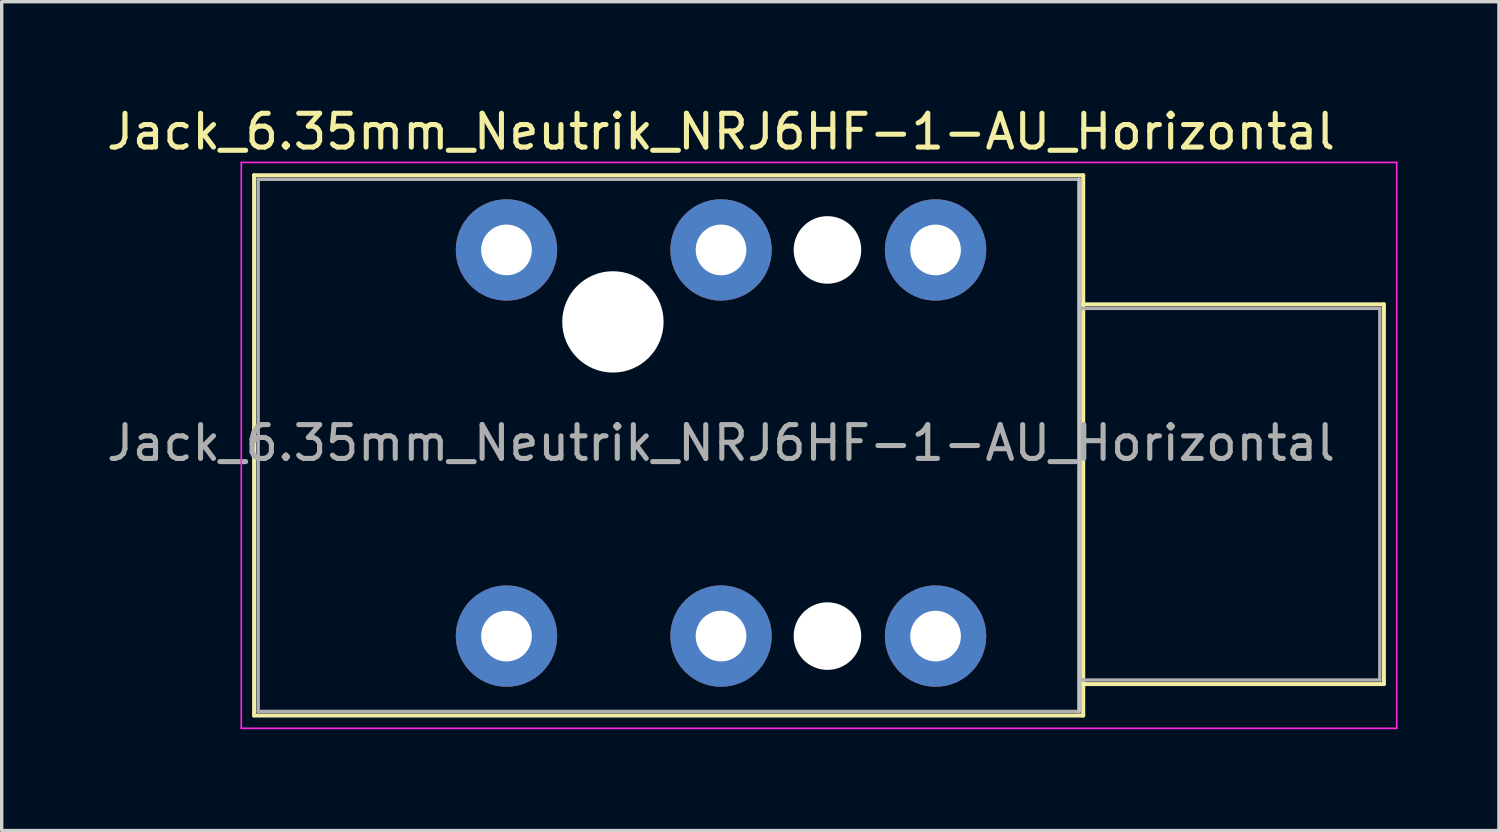
<source format=kicad_pcb>
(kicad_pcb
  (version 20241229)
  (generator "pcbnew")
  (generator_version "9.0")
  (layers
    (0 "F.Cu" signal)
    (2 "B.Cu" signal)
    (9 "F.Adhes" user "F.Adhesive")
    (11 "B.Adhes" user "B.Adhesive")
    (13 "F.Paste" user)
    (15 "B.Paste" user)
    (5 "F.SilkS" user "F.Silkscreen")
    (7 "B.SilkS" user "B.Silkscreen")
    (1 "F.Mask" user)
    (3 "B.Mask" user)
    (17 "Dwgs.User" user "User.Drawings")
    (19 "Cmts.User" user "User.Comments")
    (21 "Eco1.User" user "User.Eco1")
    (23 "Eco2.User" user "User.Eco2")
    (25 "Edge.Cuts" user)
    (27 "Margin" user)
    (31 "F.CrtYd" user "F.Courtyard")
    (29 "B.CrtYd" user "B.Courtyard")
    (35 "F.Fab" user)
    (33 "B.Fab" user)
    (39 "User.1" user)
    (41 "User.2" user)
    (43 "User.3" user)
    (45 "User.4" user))
  (footprint "Jack_6.35mm_Neutrik_NRJ6HF-1-AU_Horizontal"
    (layer "F.Cu")
    (at 11.942 4.348)
    (property "Reference" "Jack_6.35mm_Neutrik_NRJ6HF-1-AU_Horizontal" (at 6.35 -3.5 0) (layer "F.SilkS") (effects (font (size 1 1) (thickness 0.15))))
    (attr through_hole)
    (fp_line (start -7.47 -2.21) (end 17.07 -2.21) (stroke (width 0.12) (type solid)) (layer "F.SilkS"))
    (fp_line (start -7.47 13.78) (end -7.47 -2.21) (stroke (width 0.12) (type solid)) (layer "F.SilkS"))
    (fp_line (start -7.47 13.78) (end 17.07 13.78) (stroke (width 0.12) (type solid)) (layer "F.SilkS"))
    (fp_line (start 17.07 -2.21) (end 17.07 13.78) (stroke (width 0.12) (type solid)) (layer "F.SilkS"))
    (fp_line (start 25.97 1.61) (end 17.07 1.61) (stroke (width 0.12) (type solid)) (layer "F.SilkS"))
    (fp_line (start 25.97 12.85) (end 17.07 12.85) (stroke (width 0.12) (type solid)) (layer "F.SilkS"))
    (fp_line (start 25.97 12.85) (end 25.97 1.61) (stroke (width 0.12) (type solid)) (layer "F.SilkS"))
    (fp_line (start 16.95 -2.09) (end 16.95 13.66) (stroke (width 0.1) (type solid)) (layer "Dwgs.User"))
    (fp_line (start -7.85 14.16) (end -7.85 -2.59) (stroke (width 0.05) (type solid)) (layer "F.CrtYd"))
    (fp_line (start -7.85 14.16) (end 26.35 14.16) (stroke (width 0.05) (type solid)) (layer "F.CrtYd"))
    (fp_line (start 26.35 -2.59) (end -7.85 -2.59) (stroke (width 0.05) (type solid)) (layer "F.CrtYd"))
    (fp_line (start 26.35 14.16) (end 26.35 -2.59) (stroke (width 0.05) (type solid)) (layer "F.CrtYd"))
    (fp_line (start -7.35 -2.09) (end 16.95 -2.09) (stroke (width 0.1) (type solid)) (layer "F.Fab"))
    (fp_line (start -7.35 13.66) (end -7.35 -2.09) (stroke (width 0.1) (type solid)) (layer "F.Fab"))
    (fp_line (start 16.95 -2.09) (end 16.95 13.66) (stroke (width 0.1) (type solid)) (layer "F.Fab"))
    (fp_line (start 16.95 12.73) (end 25.85 12.73) (stroke (width 0.1) (type solid)) (layer "F.Fab"))
    (fp_line (start 16.95 13.66) (end -7.35 13.66) (stroke (width 0.1) (type solid)) (layer "F.Fab"))
    (fp_line (start 25.85 1.73) (end 16.95 1.73) (stroke (width 0.1) (type solid)) (layer "F.Fab"))
    (fp_line (start 25.85 12.73) (end 25.85 1.73) (stroke (width 0.1) (type solid)) (layer "F.Fab"))
    (fp_text user "${REFERENCE}" (at 6.35 5.715 0) (layer "F.Fab") (effects (font (size 1 1) (thickness 0.15))))
    (pad "" np_thru_hole circle (at 3.15 2.13) (size 3 3) (drill 3) (layers "*.Cu" "*.Mask"))
    (pad "" np_thru_hole circle (at 9.5 0) (size 2 2) (drill 2) (layers "*.Cu" "*.Mask"))
    (pad "" np_thru_hole circle (at 9.5 11.43) (size 2 2) (drill 2) (layers "*.Cu" "*.Mask"))
    (pad "G" thru_hole circle (at 12.7 11.43) (size 3 3) (drill 1.5) (layers "*.Cu" "*.Mask"))
    (pad "R" thru_hole circle (at 6.35 0) (size 3 3) (drill 1.5) (layers "*.Cu" "*.Mask"))
    (pad "RN" thru_hole circle (at 6.35 11.43) (size 3 3) (drill 1.5) (layers "*.Cu" "*.Mask"))
    (pad "S" thru_hole circle (at 12.7 0) (size 3 3) (drill 1.5) (layers "*.Cu" "*.Mask"))
    (pad "T" thru_hole circle (at 0 0) (size 3 3) (drill 1.5) (layers "*.Cu" "*.Mask"))
    (pad "TN" thru_hole circle (at 0 11.43) (size 3 3) (drill 1.5) (layers "*.Cu" "*.Mask")))
  (gr_rect
    (start -3 -3)
    (end 41.317 21.533)
    (stroke (width 0.1) (type default))
    (fill no)
    (layer "Edge.Cuts")))
</source>
